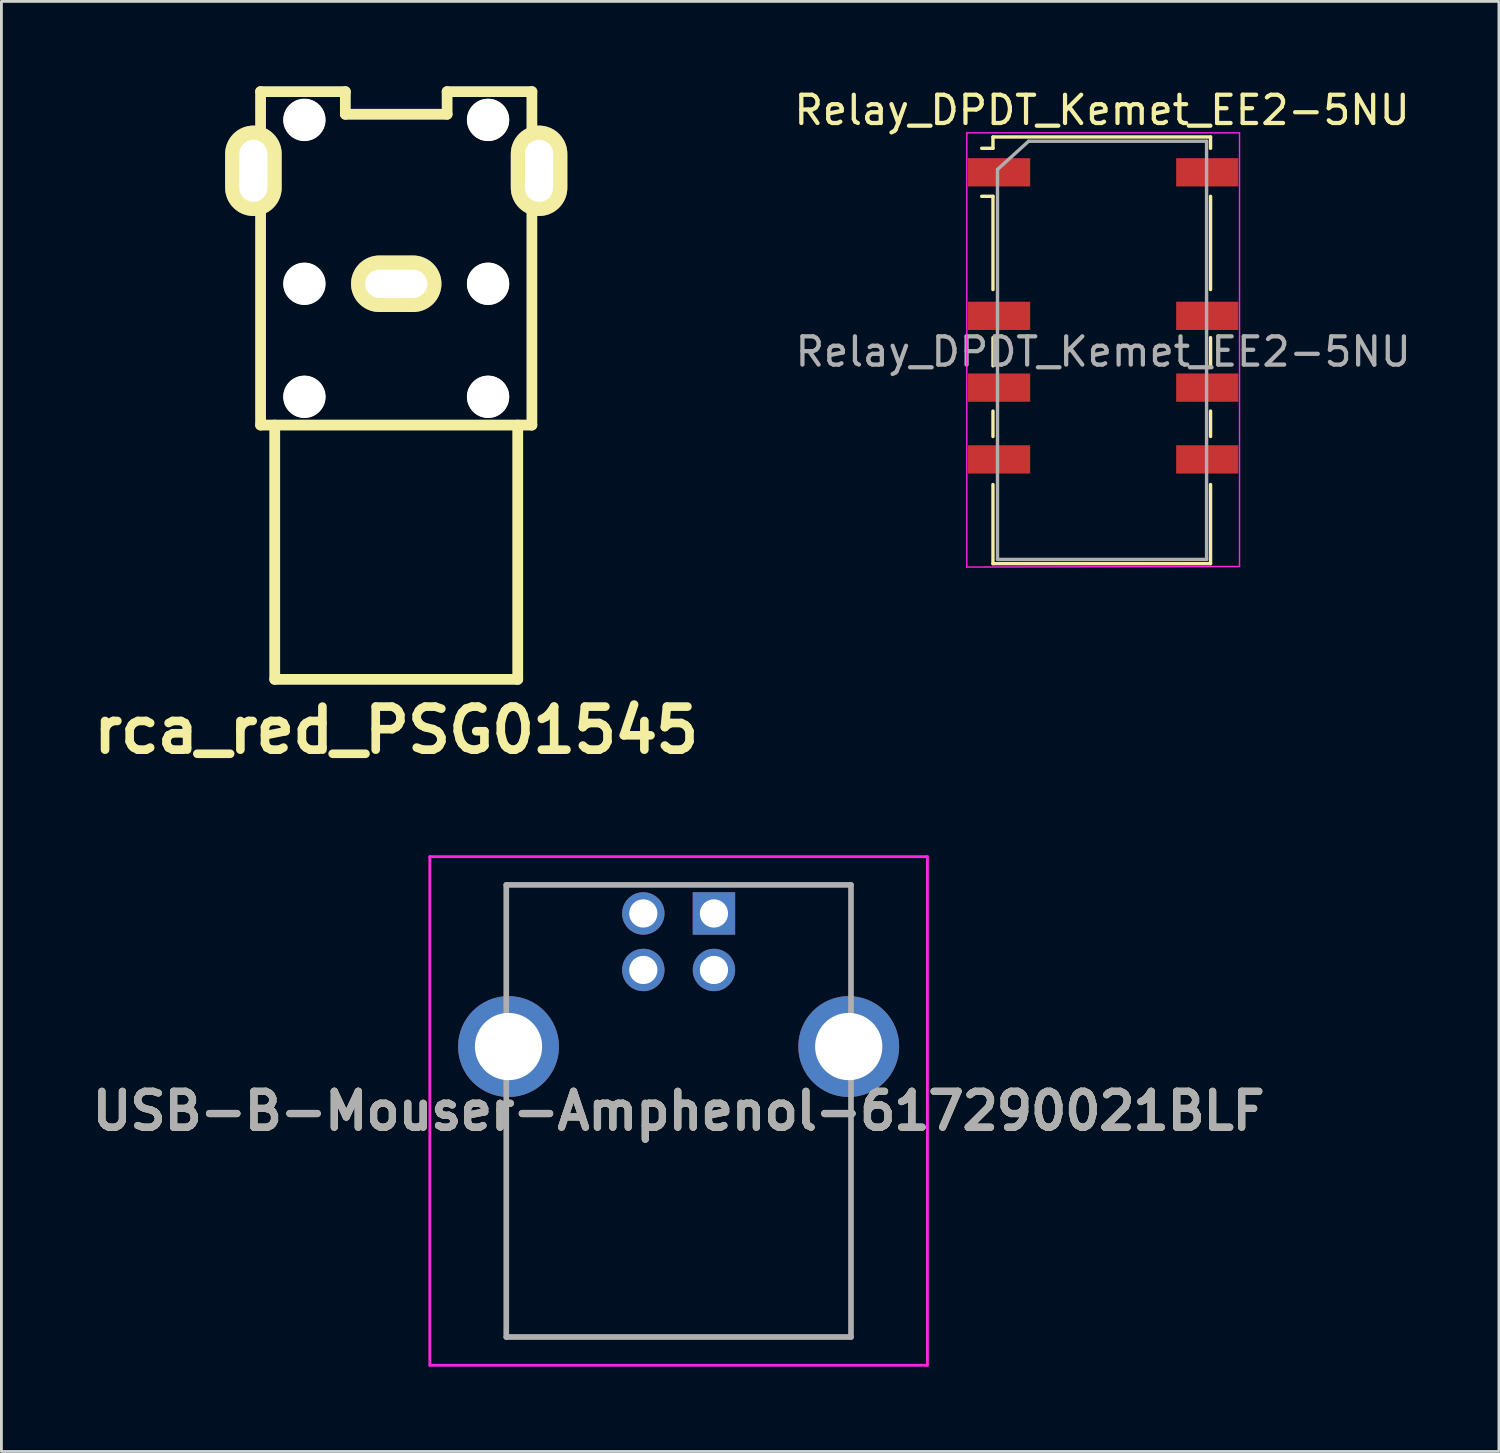
<source format=kicad_pcb>
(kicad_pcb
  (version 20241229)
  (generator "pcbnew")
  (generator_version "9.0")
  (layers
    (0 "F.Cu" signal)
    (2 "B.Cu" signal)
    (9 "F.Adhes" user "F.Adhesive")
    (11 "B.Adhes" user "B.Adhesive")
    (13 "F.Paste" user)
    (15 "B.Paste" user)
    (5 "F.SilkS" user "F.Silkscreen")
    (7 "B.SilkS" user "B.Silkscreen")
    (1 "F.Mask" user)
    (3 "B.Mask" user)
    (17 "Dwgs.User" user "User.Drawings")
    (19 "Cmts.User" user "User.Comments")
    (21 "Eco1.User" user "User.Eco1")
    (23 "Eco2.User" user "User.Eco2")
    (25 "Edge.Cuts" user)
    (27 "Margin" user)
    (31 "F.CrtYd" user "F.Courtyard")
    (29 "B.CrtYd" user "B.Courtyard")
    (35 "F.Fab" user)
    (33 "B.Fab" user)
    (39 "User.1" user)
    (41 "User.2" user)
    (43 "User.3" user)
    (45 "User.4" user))
  (footprint "rca_red_PSG01545"
    (layer "F.Cu")
    (at 10.973 6.993)
    (property "Reference" "rca_red_PSG01545" (at 0 15.799 0) (layer "F.SilkS") (effects (font (size 1.524 1.524) (thickness 0.305))))
    (attr through_hole)
    (fp_line (start -5.4 -4.9) (end -4.801 -4.9) (stroke (width 0.381) (type solid)) (layer "F.SilkS"))
    (fp_line (start -5.4 -3.099) (end -5.4 -4.9) (stroke (width 0.381) (type solid)) (layer "F.SilkS"))
    (fp_line (start -4.801 -6.8) (end -1.801 -6.8) (stroke (width 0.381) (type solid)) (layer "F.SilkS"))
    (fp_line (start -4.801 -3.099) (end -5.4 -3.099) (stroke (width 0.381) (type solid)) (layer "F.SilkS"))
    (fp_line (start -4.801 4.999) (end -4.801 -6.802) (stroke (width 0.381) (type solid)) (layer "F.SilkS"))
    (fp_line (start -4.3 5.001) (end -4.3 14) (stroke (width 0.381) (type solid)) (layer "F.SilkS"))
    (fp_line (start -4.3 14) (end 4.3 14) (stroke (width 0.381) (type solid)) (layer "F.SilkS"))
    (fp_line (start -1.801 -6.8) (end -1.801 -5.999) (stroke (width 0.381) (type solid)) (layer "F.SilkS"))
    (fp_line (start -1.801 -5.999) (end 1.801 -5.999) (stroke (width 0.381) (type solid)) (layer "F.SilkS"))
    (fp_line (start 1.801 -6.8) (end 4.801 -6.8) (stroke (width 0.381) (type solid)) (layer "F.SilkS"))
    (fp_line (start 1.801 -5.999) (end 1.801 -6.8) (stroke (width 0.381) (type solid)) (layer "F.SilkS"))
    (fp_line (start 4.3 14) (end 4.3 5.001) (stroke (width 0.381) (type solid)) (layer "F.SilkS"))
    (fp_line (start 4.801 -6.8) (end 4.801 5.001) (stroke (width 0.381) (type solid)) (layer "F.SilkS"))
    (fp_line (start 4.801 -4.9) (end 5.4 -4.9) (stroke (width 0.381) (type solid)) (layer "F.SilkS"))
    (fp_line (start 4.801 5.001) (end -4.801 5.001) (stroke (width 0.381) (type solid)) (layer "F.SilkS"))
    (fp_line (start 5.4 -4.9) (end 5.4 -3.099) (stroke (width 0.381) (type solid)) (layer "F.SilkS"))
    (fp_line (start 5.4 -3.099) (end 4.801 -3.099) (stroke (width 0.381) (type solid)) (layer "F.SilkS"))
    (fp_circle (center -3.251 -5.799) (end -3.8 -5.799) (stroke (width 0.381) (type solid)) (fill no) (layer "F.SilkS"))
    (fp_circle (center -3.251 0) (end -3.8 0) (stroke (width 0.381) (type solid)) (fill no) (layer "F.SilkS"))
    (fp_circle (center -3.251 4) (end -3.8 3.95) (stroke (width 0.381) (type solid)) (fill no) (layer "F.SilkS"))
    (fp_circle (center 3.251 -5.799) (end 2.7 -5.85) (stroke (width 0.381) (type solid)) (fill no) (layer "F.SilkS"))
    (fp_circle (center 3.251 0) (end 2.7 -0.051) (stroke (width 0.381) (type solid)) (fill no) (layer "F.SilkS"))
    (fp_circle (center 3.251 4) (end 2.7 4.049) (stroke (width 0.381) (type solid)) (fill no) (layer "F.SilkS"))
    (pad "" np_thru_hole circle (at -3.25 -5.8) (size 1.5 1.5) (drill 1.5) (layers "*.Cu" "*.Mask"))
    (pad "" np_thru_hole circle (at -3.25 0) (size 1.5 1.5) (drill 1.5) (layers "*.Cu" "*.Mask"))
    (pad "" np_thru_hole circle (at -3.25 4) (size 1.5 1.5) (drill 1.5) (layers "*.Cu" "*.Mask"))
    (pad "" np_thru_hole circle (at 3.25 -5.8) (size 1.5 1.5) (drill 1.5) (layers "*.Cu" "*.Mask"))
    (pad "" np_thru_hole circle (at 3.25 0) (size 1.5 1.5) (drill 1.5) (layers "*.Cu" "*.Mask"))
    (pad "" np_thru_hole circle (at 3.25 4) (size 1.5 1.5) (drill 1.5) (layers "*.Cu" "*.Mask"))
    (pad "1" thru_hole oval (at 0 0) (size 3.198 1.999) (drill oval 2.197 0.996) (layers "*.Cu" "*.Mask" "F.SilkS"))
    (pad "2" thru_hole oval (at -5.055 -3.998) (size 1.999 3.198) (drill oval 0.996 2.197) (layers "*.Cu" "*.Mask" "F.SilkS"))
    (pad "2" thru_hole oval (at 5.055 -3.998) (size 1.999 3.198) (drill oval 0.996 2.197) (layers "*.Cu" "*.Mask" "F.SilkS")))
  (footprint "USB-B-Mouser-Amphenol-617290021BLF"
    (layer "F.Cu")
    (at 22.217 29.278)
    (property "Reference" "USB-B-Mouser-Amphenol-617290021BLF" (at -1.25 6.99 0) (layer "F.SilkS") (effects (font (size 1.27 1.27) (thickness 0.254))))
    (attr through_hole)
    (fp_line (start -7.35 -1.01) (end -7.35 -1.01) (stroke (width 0.1) (type solid)) (layer "F.SilkS"))
    (fp_line (start -7.35 -1.01) (end -7.35 -1.01) (stroke (width 0.1) (type solid)) (layer "F.SilkS"))
    (fp_line (start -7.35 -1.01) (end -7.35 2.21) (stroke (width 0.1) (type solid)) (layer "F.SilkS"))
    (fp_line (start -7.35 -1.01) (end -3.75 -1.01) (stroke (width 0.1) (type solid)) (layer "F.SilkS"))
    (fp_line (start -7.35 2.21) (end -7.35 -1.01) (stroke (width 0.1) (type solid)) (layer "F.SilkS"))
    (fp_line (start -7.35 2.21) (end -7.35 2.21) (stroke (width 0.1) (type solid)) (layer "F.SilkS"))
    (fp_line (start -7.35 7.21) (end -7.35 7.21) (stroke (width 0.1) (type solid)) (layer "F.SilkS"))
    (fp_line (start -7.35 7.21) (end -7.35 14.99) (stroke (width 0.1) (type solid)) (layer "F.SilkS"))
    (fp_line (start -7.35 14.96) (end -7.35 14.99) (stroke (width 0.1) (type solid)) (layer "F.SilkS"))
    (fp_line (start -7.35 14.99) (end -7.35 7.21) (stroke (width 0.1) (type solid)) (layer "F.SilkS"))
    (fp_line (start -7.35 14.99) (end -7.35 14.99) (stroke (width 0.1) (type solid)) (layer "F.SilkS"))
    (fp_line (start -7.35 14.99) (end 4.85 14.99) (stroke (width 0.1) (type solid)) (layer "F.SilkS"))
    (fp_line (start -3.75 -1.01) (end -7.35 -1.01) (stroke (width 0.1) (type solid)) (layer "F.SilkS"))
    (fp_line (start -3.75 -1.01) (end -3.75 -1.01) (stroke (width 0.1) (type solid)) (layer "F.SilkS"))
    (fp_line (start 1.25 -1.01) (end 1.25 -1.01) (stroke (width 0.1) (type solid)) (layer "F.SilkS"))
    (fp_line (start 1.25 -1.01) (end 4.85 -1.01) (stroke (width 0.1) (type solid)) (layer "F.SilkS"))
    (fp_line (start 4.85 -1.01) (end 1.25 -1.01) (stroke (width 0.1) (type solid)) (layer "F.SilkS"))
    (fp_line (start 4.85 -1.01) (end 4.85 -1.01) (stroke (width 0.1) (type solid)) (layer "F.SilkS"))
    (fp_line (start 4.85 -1.01) (end 4.85 -1.01) (stroke (width 0.1) (type solid)) (layer "F.SilkS"))
    (fp_line (start 4.85 -1.01) (end 4.85 2.21) (stroke (width 0.1) (type solid)) (layer "F.SilkS"))
    (fp_line (start 4.85 2.21) (end 4.85 -1.01) (stroke (width 0.1) (type solid)) (layer "F.SilkS"))
    (fp_line (start 4.85 2.21) (end 4.85 2.21) (stroke (width 0.1) (type solid)) (layer "F.SilkS"))
    (fp_line (start 4.85 7.21) (end 4.85 7.21) (stroke (width 0.1) (type solid)) (layer "F.SilkS"))
    (fp_line (start 4.85 7.21) (end 4.85 14.99) (stroke (width 0.1) (type solid)) (layer "F.SilkS"))
    (fp_line (start 4.85 14.96) (end -7.35 14.96) (stroke (width 0.1) (type solid)) (layer "F.SilkS"))
    (fp_line (start 4.85 14.99) (end 4.85 7.21) (stroke (width 0.1) (type solid)) (layer "F.SilkS"))
    (fp_line (start 4.85 14.99) (end 4.85 14.96) (stroke (width 0.1) (type solid)) (layer "F.SilkS"))
    (fp_line (start 4.85 14.99) (end 4.85 14.99) (stroke (width 0.1) (type solid)) (layer "F.SilkS"))
    (fp_line (start -10.055 -2.01) (end 7.555 -2.01) (stroke (width 0.1) (type solid)) (layer "F.CrtYd"))
    (fp_line (start -10.055 15.99) (end -10.055 -2.01) (stroke (width 0.1) (type solid)) (layer "F.CrtYd"))
    (fp_line (start 7.555 -2.01) (end 7.555 15.99) (stroke (width 0.1) (type solid)) (layer "F.CrtYd"))
    (fp_line (start 7.555 15.99) (end -10.055 15.99) (stroke (width 0.1) (type solid)) (layer "F.CrtYd"))
    (fp_line (start -7.35 -1.01) (end -7.35 14.99) (stroke (width 0.2) (type solid)) (layer "F.Fab"))
    (fp_line (start -7.35 14.99) (end 4.85 14.99) (stroke (width 0.2) (type solid)) (layer "F.Fab"))
    (fp_line (start 4.85 -1.01) (end -7.35 -1.01) (stroke (width 0.2) (type solid)) (layer "F.Fab"))
    (fp_line (start 4.85 14.99) (end 4.85 -1.01) (stroke (width 0.2) (type solid)) (layer "F.Fab"))
    (fp_text user "${REFERENCE}" (at -1.25 6.99 0) (layer "F.Fab") (effects (font (size 1.27 1.27) (thickness 0.254))))
    (pad "1" thru_hole rect (at 0 0) (size 1.5 1.5) (drill 1) (layers "*.Cu" "*.Mask"))
    (pad "2" thru_hole circle (at -2.5 0) (size 1.5 1.5) (drill 1) (layers "*.Cu" "*.Mask"))
    (pad "3" thru_hole circle (at -2.5 2) (size 1.5 1.5) (drill 1) (layers "*.Cu" "*.Mask"))
    (pad "4" thru_hole circle (at 0 2) (size 1.5 1.5) (drill 1) (layers "*.Cu" "*.Mask"))
    (pad "5" thru_hole circle (at -7.27 4.71) (size 3.57 3.57) (drill 2.38) (layers "*.Cu" "*.Mask"))
    (pad "5" thru_hole circle (at 4.77 4.71) (size 3.57 3.57) (drill 2.38) (layers "*.Cu" "*.Mask")))
  (footprint "Relay_DPDT_Kemet_EE2-5NU"
    (layer "F.Cu")
    (at 35.992 9.398)
    (property "Reference" "Relay_DPDT_Kemet_EE2-5NU" (at -0.04 -8.55 0) (layer "F.SilkS") (effects (font (size 1 1) (thickness 0.15))))
    (attr smd)
    (fp_line (start -4.3 -7.2) (end -3.9 -7.2) (stroke (width 0.12) (type solid)) (layer "F.SilkS"))
    (fp_line (start -3.9 -7.6) (end 3.8 -7.6) (stroke (width 0.12) (type solid)) (layer "F.SilkS"))
    (fp_line (start -3.9 -7.2) (end -3.9 -7.6) (stroke (width 0.12) (type solid)) (layer "F.SilkS"))
    (fp_line (start -3.9 -5.5) (end -4.3 -5.5) (stroke (width 0.12) (type solid)) (layer "F.SilkS"))
    (fp_line (start -3.9 -5.5) (end -3.9 -2.2) (stroke (width 0.12) (type solid)) (layer "F.SilkS"))
    (fp_line (start -3.9 -0.5) (end -3.9 0.5) (stroke (width 0.12) (type solid)) (layer "F.SilkS"))
    (fp_line (start -3.9 2.1) (end -3.9 3) (stroke (width 0.12) (type solid)) (layer "F.SilkS"))
    (fp_line (start -3.9 4.7) (end -3.9 7.5) (stroke (width 0.12) (type solid)) (layer "F.SilkS"))
    (fp_line (start -3.9 7.5) (end 3.8 7.5) (stroke (width 0.12) (type solid)) (layer "F.SilkS"))
    (fp_line (start 3.8 -7.6) (end 3.8 -7.2) (stroke (width 0.12) (type solid)) (layer "F.SilkS"))
    (fp_line (start 3.8 -5.5) (end 3.8 -2.2) (stroke (width 0.12) (type solid)) (layer "F.SilkS"))
    (fp_line (start 3.8 0.5) (end 3.8 -0.5) (stroke (width 0.12) (type solid)) (layer "F.SilkS"))
    (fp_line (start 3.8 3) (end 3.8 2.1) (stroke (width 0.12) (type solid)) (layer "F.SilkS"))
    (fp_line (start 3.8 7.5) (end 3.8 4.7) (stroke (width 0.12) (type solid)) (layer "F.SilkS"))
    (fp_line (start -4.826 -7.747) (end -4.826 7.62) (stroke (width 0.05) (type solid)) (layer "F.CrtYd"))
    (fp_line (start -4.826 -7.747) (end 4.826 -7.747) (stroke (width 0.05) (type solid)) (layer "F.CrtYd"))
    (fp_line (start 4.826 7.6) (end -4.826 7.62) (stroke (width 0.05) (type solid)) (layer "F.CrtYd"))
    (fp_line (start 4.826 7.6) (end 4.826 -7.747) (stroke (width 0.05) (type solid)) (layer "F.CrtYd"))
    (fp_line (start -3.74 -6.45) (end -2.64 -7.45) (stroke (width 0.12) (type solid)) (layer "F.Fab"))
    (fp_line (start -3.74 7.35) (end -3.74 -6.45) (stroke (width 0.12) (type solid)) (layer "F.Fab"))
    (fp_line (start -2.64 -7.45) (end 3.66 -7.45) (stroke (width 0.12) (type solid)) (layer "F.Fab"))
    (fp_line (start 3.66 -7.45) (end 3.66 7.35) (stroke (width 0.12) (type solid)) (layer "F.Fab"))
    (fp_line (start 3.66 7.35) (end -3.74 7.35) (stroke (width 0.12) (type solid)) (layer "F.Fab"))
    (fp_text user "${REFERENCE}" (at 0 0 0) (layer "F.Fab") (effects (font (size 1 1) (thickness 0.15))))
    (pad "1" smd rect (at -3.683 -6.35) (size 2.2 1) (layers "F.Cu" "F.Mask" "F.Paste"))
    (pad "3" smd rect (at -3.683 -1.27) (size 2.2 1) (layers "F.Cu" "F.Mask" "F.Paste"))
    (pad "4" smd rect (at -3.683 1.27) (size 2.2 1) (layers "F.Cu" "F.Mask" "F.Paste"))
    (pad "5" smd rect (at -3.683 3.81) (size 2.2 1) (layers "F.Cu" "F.Mask" "F.Paste"))
    (pad "8" smd rect (at 3.683 3.81) (size 2.2 1) (layers "F.Cu" "F.Mask" "F.Paste"))
    (pad "9" smd rect (at 3.683 1.27) (size 2.2 1) (layers "F.Cu" "F.Mask" "F.Paste"))
    (pad "10" smd rect (at 3.683 -1.27) (size 2.2 1) (layers "F.Cu" "F.Mask" "F.Paste"))
    (pad "12" smd rect (at 3.683 -6.35) (size 2.2 1) (layers "F.Cu" "F.Mask" "F.Paste")))
  (gr_rect
    (start -3 -3)
    (end 49.998 48.318)
    (stroke (width 0.1) (type default))
    (fill no)
    (layer "Edge.Cuts")))
</source>
